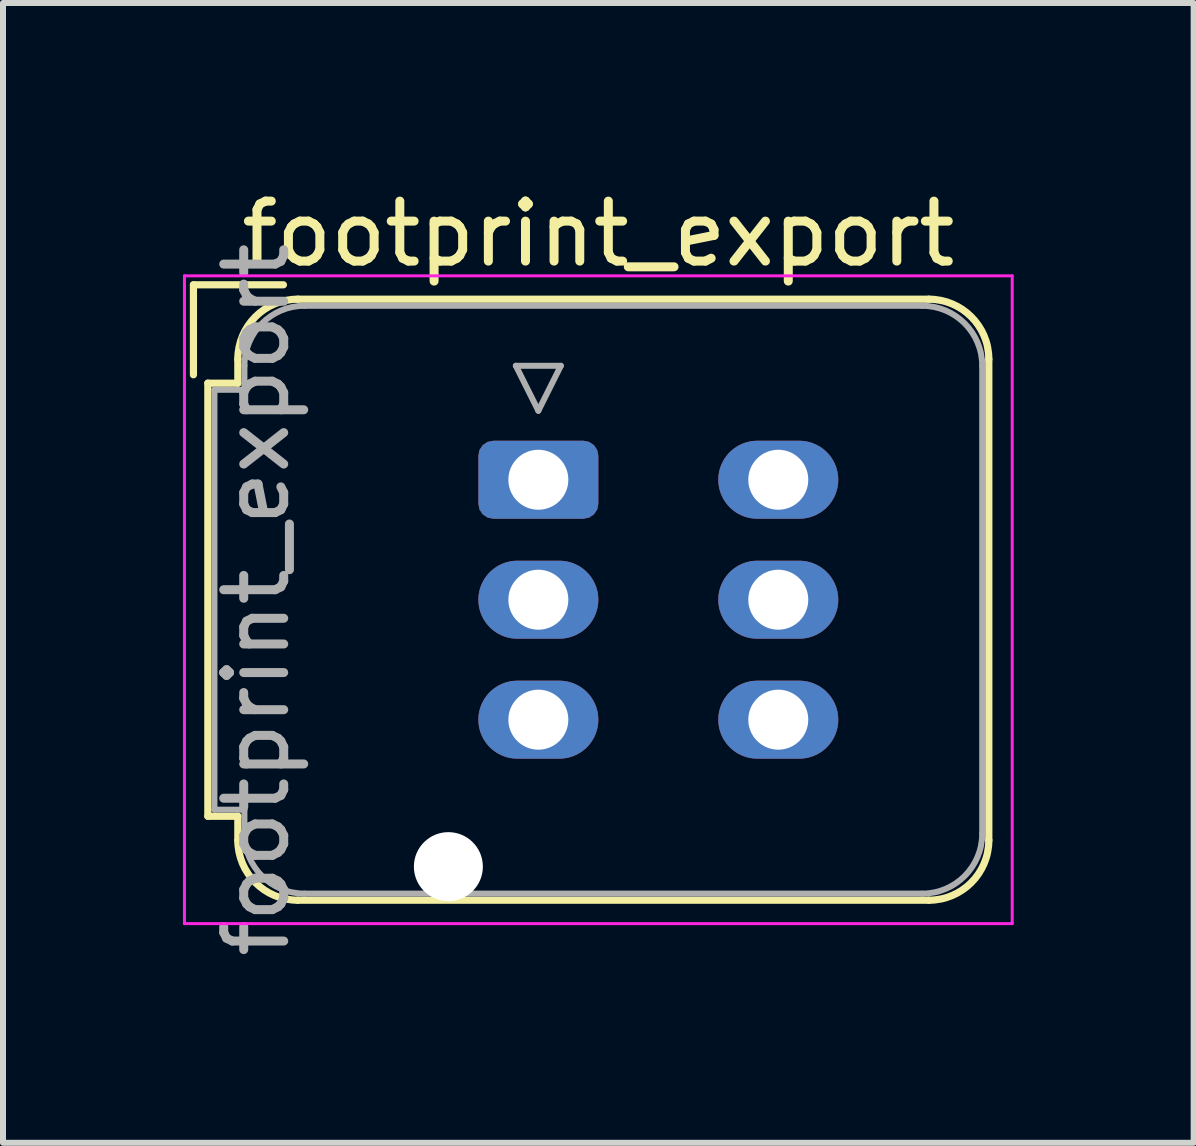
<source format=kicad_pcb>
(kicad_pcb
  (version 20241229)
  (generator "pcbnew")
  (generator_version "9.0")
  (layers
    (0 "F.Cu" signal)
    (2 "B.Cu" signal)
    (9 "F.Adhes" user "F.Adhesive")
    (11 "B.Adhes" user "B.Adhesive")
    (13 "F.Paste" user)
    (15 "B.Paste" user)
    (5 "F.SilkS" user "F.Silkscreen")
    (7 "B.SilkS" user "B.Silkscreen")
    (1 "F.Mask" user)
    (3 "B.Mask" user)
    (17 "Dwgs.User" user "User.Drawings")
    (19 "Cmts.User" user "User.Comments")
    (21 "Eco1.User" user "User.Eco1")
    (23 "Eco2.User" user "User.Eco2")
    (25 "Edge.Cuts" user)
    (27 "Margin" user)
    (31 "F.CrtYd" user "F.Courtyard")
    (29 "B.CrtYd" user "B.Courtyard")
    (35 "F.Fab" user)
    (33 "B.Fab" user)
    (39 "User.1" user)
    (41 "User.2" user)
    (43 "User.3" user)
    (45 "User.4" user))
  (footprint "footprint_export"
    (layer "F.Cu")
    (at 5.925 4.948)
    (property "Reference" "footprint_export" (at 1 -4.1 0) (layer "F.SilkS") (effects (font (size 1 1) (thickness 0.15))))
    (attr through_hole)
    (fp_line (start -5.75 -3.25) (end -4.25 -3.25) (stroke (width 0.12) (type solid)) (layer "F.SilkS"))
    (fp_line (start -5.75 -1.75) (end -5.75 -3.25) (stroke (width 0.12) (type solid)) (layer "F.SilkS"))
    (fp_line (start -5.51 -1.61) (end -5.51 5.61) (stroke (width 0.12) (type solid)) (layer "F.SilkS"))
    (fp_line (start -5.51 5.61) (end -5.01 5.61) (stroke (width 0.12) (type solid)) (layer "F.SilkS"))
    (fp_line (start -5.01 -2.01) (end -5.01 -1.61) (stroke (width 0.12) (type solid)) (layer "F.SilkS"))
    (fp_line (start -5.01 -1.61) (end -5.51 -1.61) (stroke (width 0.12) (type solid)) (layer "F.SilkS"))
    (fp_line (start -5.01 5.61) (end -5.01 6.01) (stroke (width 0.12) (type solid)) (layer "F.SilkS"))
    (fp_line (start -4.01 -3.01) (end 6.51 -3.01) (stroke (width 0.12) (type solid)) (layer "F.SilkS"))
    (fp_line (start -4.01 7.01) (end 6.51 7.01) (stroke (width 0.12) (type solid)) (layer "F.SilkS"))
    (fp_line (start 7.51 -2.01) (end 7.51 6.01) (stroke (width 0.12) (type solid)) (layer "F.SilkS"))
    (fp_arc (start -5.01 -2.01) (mid -4.717107 -2.717107) (end -4.01 -3.01) (stroke (width 0.12) (type solid)) (layer "F.SilkS"))
    (fp_arc (start -4.01 7.01) (mid -4.717107 6.717107) (end -5.01 6.01) (stroke (width 0.12) (type solid)) (layer "F.SilkS"))
    (fp_arc (start 6.51 -3.01) (mid 7.217107 -2.717107) (end 7.51 -2.01) (stroke (width 0.12) (type solid)) (layer "F.SilkS"))
    (fp_arc (start 7.51 6.01) (mid 7.217107 6.717107) (end 6.51 7.01) (stroke (width 0.12) (type solid)) (layer "F.SilkS"))
    (fp_line (start -5.9 -3.4) (end -5.9 7.4) (stroke (width 0.05) (type solid)) (layer "F.CrtYd"))
    (fp_line (start -5.9 7.4) (end 7.9 7.4) (stroke (width 0.05) (type solid)) (layer "F.CrtYd"))
    (fp_line (start 7.9 -3.4) (end -5.9 -3.4) (stroke (width 0.05) (type solid)) (layer "F.CrtYd"))
    (fp_line (start 7.9 7.4) (end 7.9 -3.4) (stroke (width 0.05) (type solid)) (layer "F.CrtYd"))
    (fp_line (start -5.4 -1.5) (end -5.4 5.5) (stroke (width 0.1) (type solid)) (layer "F.Fab"))
    (fp_line (start -5.4 5.5) (end -4.9 5.5) (stroke (width 0.1) (type solid)) (layer "F.Fab"))
    (fp_line (start -4.9 -1.9) (end -4.9 -1.5) (stroke (width 0.1) (type solid)) (layer "F.Fab"))
    (fp_line (start -4.9 -1.5) (end -5.4 -1.5) (stroke (width 0.1) (type solid)) (layer "F.Fab"))
    (fp_line (start -4.9 5.5) (end -4.9 5.9) (stroke (width 0.1) (type solid)) (layer "F.Fab"))
    (fp_line (start -3.9 -2.9) (end 6.4 -2.9) (stroke (width 0.1) (type solid)) (layer "F.Fab"))
    (fp_line (start -3.9 6.9) (end 6.4 6.9) (stroke (width 0.1) (type solid)) (layer "F.Fab"))
    (fp_line (start -0.375 -1.9) (end 0.375 -1.9) (stroke (width 0.1) (type solid)) (layer "F.Fab"))
    (fp_line (start 0 -1.15) (end -0.375 -1.9) (stroke (width 0.1) (type solid)) (layer "F.Fab"))
    (fp_line (start 0.375 -1.9) (end 0 -1.15) (stroke (width 0.1) (type solid)) (layer "F.Fab"))
    (fp_line (start 7.4 -1.9) (end 7.4 5.9) (stroke (width 0.1) (type solid)) (layer "F.Fab"))
    (fp_arc (start -4.9 -1.9) (mid -4.607107 -2.607107) (end -3.9 -2.9) (stroke (width 0.1) (type solid)) (layer "F.Fab"))
    (fp_arc (start -3.9 6.9) (mid -4.607107 6.607107) (end -4.9 5.9) (stroke (width 0.1) (type solid)) (layer "F.Fab"))
    (fp_arc (start 6.4 -2.9) (mid 7.107107 -2.607107) (end 7.4 -1.9) (stroke (width 0.1) (type solid)) (layer "F.Fab"))
    (fp_arc (start 7.4 5.9) (mid 7.107107 6.607107) (end 6.4 6.9) (stroke (width 0.1) (type solid)) (layer "F.Fab"))
    (fp_text user "${REFERENCE}" (at -4.7 2 90) (layer "F.Fab") (effects (font (size 1 1) (thickness 0.15))))
    (pad "" np_thru_hole circle (at -1.5 6.45) (size 1.15 1.15) (drill 1.15) (layers "*.Cu" "*.Mask"))
    (pad "1" thru_hole roundrect (at 0 0) (size 2 1.3) (drill 1) (layers "*.Cu" "*.Mask") (roundrect_rratio 0.192))
    (pad "2" thru_hole oval (at 0 2) (size 2 1.3) (drill 1) (layers "*.Cu" "*.Mask"))
    (pad "3" thru_hole oval (at 0 4) (size 2 1.3) (drill 1) (layers "*.Cu" "*.Mask"))
    (pad "4" thru_hole oval (at 4 0) (size 2 1.3) (drill 1) (layers "*.Cu" "*.Mask"))
    (pad "5" thru_hole oval (at 4 2) (size 2 1.3) (drill 1) (layers "*.Cu" "*.Mask"))
    (pad "6" thru_hole oval (at 4 4) (size 2 1.3) (drill 1) (layers "*.Cu" "*.Mask")))
  (gr_rect
    (start -3 -3)
    (end 16.85 16.002)
    (stroke (width 0.1) (type default))
    (fill no)
    (layer "Edge.Cuts")))
</source>
